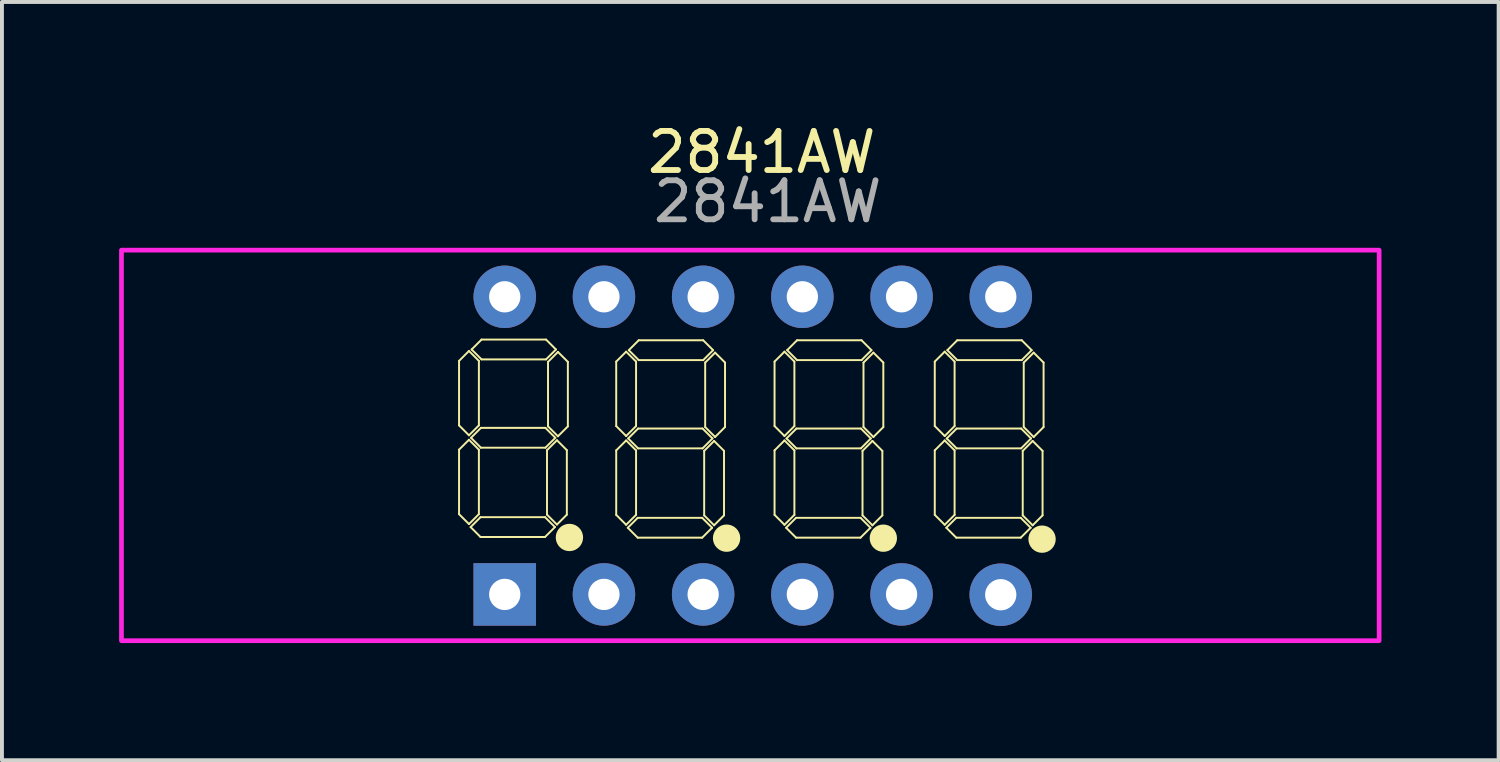
<source format=kicad_pcb>
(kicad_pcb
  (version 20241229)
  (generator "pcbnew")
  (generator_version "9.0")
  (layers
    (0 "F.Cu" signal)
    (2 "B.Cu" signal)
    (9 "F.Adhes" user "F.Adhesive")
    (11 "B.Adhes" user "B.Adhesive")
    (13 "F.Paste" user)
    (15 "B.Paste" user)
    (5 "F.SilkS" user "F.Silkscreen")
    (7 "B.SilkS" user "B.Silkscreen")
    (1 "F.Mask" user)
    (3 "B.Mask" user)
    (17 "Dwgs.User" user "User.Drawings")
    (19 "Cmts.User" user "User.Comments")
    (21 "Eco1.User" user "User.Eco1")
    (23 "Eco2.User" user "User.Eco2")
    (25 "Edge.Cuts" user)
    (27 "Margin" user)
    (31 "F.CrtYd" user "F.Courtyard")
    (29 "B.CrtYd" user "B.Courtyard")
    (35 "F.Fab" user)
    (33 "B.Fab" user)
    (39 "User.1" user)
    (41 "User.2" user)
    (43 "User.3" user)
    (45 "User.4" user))
  (footprint "2841AW"
    (layer "F.Cu")
    (at 16.16 8.354)
    (property "Reference" "2841AW" (at 0.291 -7.506 0) (unlocked yes) (layer "F.SilkS") (effects (font (size 1 1) (thickness 0.15))))
    (attr through_hole)
    (fp_line (start -7.457 -2.164) (end -7.457 -0.513) (stroke (width 0.05) (type default)) (layer "F.SilkS"))
    (fp_line (start -7.457 -0.513) (end -7.203 -0.259) (stroke (width 0.05) (type default)) (layer "F.SilkS"))
    (fp_line (start -7.457 0.109) (end -7.457 1.76) (stroke (width 0.05) (type default)) (layer "F.SilkS"))
    (fp_line (start -7.457 1.76) (end -7.203 2.014) (stroke (width 0.05) (type default)) (layer "F.SilkS"))
    (fp_line (start -7.203 -2.418) (end -7.457 -2.164) (stroke (width 0.05) (type default)) (layer "F.SilkS"))
    (fp_line (start -7.203 -0.259) (end -6.949 -0.513) (stroke (width 0.05) (type default)) (layer "F.SilkS"))
    (fp_line (start -7.203 -0.145) (end -7.457 0.109) (stroke (width 0.05) (type default)) (layer "F.SilkS"))
    (fp_line (start -7.203 2.014) (end -6.949 1.76) (stroke (width 0.05) (type default)) (layer "F.SilkS"))
    (fp_line (start -7.161 2.091) (end -6.907 2.345) (stroke (width 0.05) (type default)) (layer "F.SilkS"))
    (fp_line (start -7.151 -0.195) (end -6.897 0.059) (stroke (width 0.05) (type default)) (layer "F.SilkS"))
    (fp_line (start -7.135 -2.456) (end -6.881 -2.202) (stroke (width 0.05) (type default)) (layer "F.SilkS"))
    (fp_line (start -6.949 -2.164) (end -7.203 -2.418) (stroke (width 0.05) (type default)) (layer "F.SilkS"))
    (fp_line (start -6.949 -0.513) (end -6.949 -2.164) (stroke (width 0.05) (type default)) (layer "F.SilkS"))
    (fp_line (start -6.949 0.109) (end -7.203 -0.145) (stroke (width 0.05) (type default)) (layer "F.SilkS"))
    (fp_line (start -6.949 1.76) (end -6.949 0.109) (stroke (width 0.05) (type default)) (layer "F.SilkS"))
    (fp_line (start -6.907 1.837) (end -7.161 2.091) (stroke (width 0.05) (type default)) (layer "F.SilkS"))
    (fp_line (start -6.907 2.345) (end -5.256 2.345) (stroke (width 0.05) (type default)) (layer "F.SilkS"))
    (fp_line (start -6.897 -0.449) (end -7.151 -0.195) (stroke (width 0.05) (type default)) (layer "F.SilkS"))
    (fp_line (start -6.897 0.059) (end -5.246 0.059) (stroke (width 0.05) (type default)) (layer "F.SilkS"))
    (fp_line (start -6.881 -2.71) (end -7.135 -2.456) (stroke (width 0.05) (type default)) (layer "F.SilkS"))
    (fp_line (start -6.881 -2.202) (end -5.23 -2.202) (stroke (width 0.05) (type default)) (layer "F.SilkS"))
    (fp_line (start -5.256 1.837) (end -6.907 1.837) (stroke (width 0.05) (type default)) (layer "F.SilkS"))
    (fp_line (start -5.256 2.345) (end -5.002 2.091) (stroke (width 0.05) (type default)) (layer "F.SilkS"))
    (fp_line (start -5.246 -0.449) (end -6.897 -0.449) (stroke (width 0.05) (type default)) (layer "F.SilkS"))
    (fp_line (start -5.246 0.059) (end -4.992 -0.195) (stroke (width 0.05) (type default)) (layer "F.SilkS"))
    (fp_line (start -5.23 -2.71) (end -6.881 -2.71) (stroke (width 0.05) (type default)) (layer "F.SilkS"))
    (fp_line (start -5.23 -2.202) (end -4.976 -2.456) (stroke (width 0.05) (type default)) (layer "F.SilkS"))
    (fp_line (start -5.205 0.122) (end -5.205 1.773) (stroke (width 0.05) (type default)) (layer "F.SilkS"))
    (fp_line (start -5.205 1.773) (end -4.951 2.027) (stroke (width 0.05) (type default)) (layer "F.SilkS"))
    (fp_line (start -5.179 -2.139) (end -5.179 -0.487) (stroke (width 0.05) (type default)) (layer "F.SilkS"))
    (fp_line (start -5.179 -0.487) (end -4.925 -0.234) (stroke (width 0.05) (type default)) (layer "F.SilkS"))
    (fp_line (start -5.002 2.091) (end -5.256 1.837) (stroke (width 0.05) (type default)) (layer "F.SilkS"))
    (fp_line (start -4.992 -0.195) (end -5.246 -0.449) (stroke (width 0.05) (type default)) (layer "F.SilkS"))
    (fp_line (start -4.976 -2.456) (end -5.23 -2.71) (stroke (width 0.05) (type default)) (layer "F.SilkS"))
    (fp_line (start -4.951 -0.132) (end -5.205 0.122) (stroke (width 0.05) (type default)) (layer "F.SilkS"))
    (fp_line (start -4.951 2.027) (end -4.697 1.773) (stroke (width 0.05) (type default)) (layer "F.SilkS"))
    (fp_line (start -4.925 -2.393) (end -5.179 -2.139) (stroke (width 0.05) (type default)) (layer "F.SilkS"))
    (fp_line (start -4.925 -0.234) (end -4.671 -0.487) (stroke (width 0.05) (type default)) (layer "F.SilkS"))
    (fp_line (start -4.697 0.122) (end -4.951 -0.132) (stroke (width 0.05) (type default)) (layer "F.SilkS"))
    (fp_line (start -4.697 1.773) (end -4.697 0.122) (stroke (width 0.05) (type default)) (layer "F.SilkS"))
    (fp_line (start -4.671 -2.139) (end -4.925 -2.393) (stroke (width 0.05) (type default)) (layer "F.SilkS"))
    (fp_line (start -4.671 -0.487) (end -4.671 -2.139) (stroke (width 0.05) (type default)) (layer "F.SilkS"))
    (fp_line (start -3.433 -2.146) (end -3.433 -0.495) (stroke (width 0.05) (type default)) (layer "F.SilkS"))
    (fp_line (start -3.433 -0.495) (end -3.179 -0.241) (stroke (width 0.05) (type default)) (layer "F.SilkS"))
    (fp_line (start -3.433 0.127) (end -3.433 1.778) (stroke (width 0.05) (type default)) (layer "F.SilkS"))
    (fp_line (start -3.433 1.778) (end -3.179 2.032) (stroke (width 0.05) (type default)) (layer "F.SilkS"))
    (fp_line (start -3.179 -2.4) (end -3.433 -2.146) (stroke (width 0.05) (type default)) (layer "F.SilkS"))
    (fp_line (start -3.179 -0.241) (end -2.925 -0.495) (stroke (width 0.05) (type default)) (layer "F.SilkS"))
    (fp_line (start -3.179 -0.127) (end -3.433 0.127) (stroke (width 0.05) (type default)) (layer "F.SilkS"))
    (fp_line (start -3.179 2.032) (end -2.925 1.778) (stroke (width 0.05) (type default)) (layer "F.SilkS"))
    (fp_line (start -3.137 2.108) (end -2.883 2.362) (stroke (width 0.05) (type default)) (layer "F.SilkS"))
    (fp_line (start -3.127 -0.178) (end -2.873 0.076) (stroke (width 0.05) (type default)) (layer "F.SilkS"))
    (fp_line (start -3.111 -2.438) (end -2.857 -2.184) (stroke (width 0.05) (type default)) (layer "F.SilkS"))
    (fp_line (start -2.925 -2.146) (end -3.179 -2.4) (stroke (width 0.05) (type default)) (layer "F.SilkS"))
    (fp_line (start -2.925 -0.495) (end -2.925 -2.146) (stroke (width 0.05) (type default)) (layer "F.SilkS"))
    (fp_line (start -2.925 0.127) (end -3.179 -0.127) (stroke (width 0.05) (type default)) (layer "F.SilkS"))
    (fp_line (start -2.925 1.778) (end -2.925 0.127) (stroke (width 0.05) (type default)) (layer "F.SilkS"))
    (fp_line (start -2.883 1.854) (end -3.137 2.108) (stroke (width 0.05) (type default)) (layer "F.SilkS"))
    (fp_line (start -2.883 2.362) (end -1.232 2.362) (stroke (width 0.05) (type default)) (layer "F.SilkS"))
    (fp_line (start -2.873 -0.432) (end -3.127 -0.178) (stroke (width 0.05) (type default)) (layer "F.SilkS"))
    (fp_line (start -2.873 0.076) (end -1.222 0.076) (stroke (width 0.05) (type default)) (layer "F.SilkS"))
    (fp_line (start -2.857 -2.692) (end -3.111 -2.438) (stroke (width 0.05) (type default)) (layer "F.SilkS"))
    (fp_line (start -2.857 -2.184) (end -1.206 -2.184) (stroke (width 0.05) (type default)) (layer "F.SilkS"))
    (fp_line (start -1.232 1.854) (end -2.883 1.854) (stroke (width 0.05) (type default)) (layer "F.SilkS"))
    (fp_line (start -1.232 2.362) (end -0.978 2.108) (stroke (width 0.05) (type default)) (layer "F.SilkS"))
    (fp_line (start -1.222 -0.432) (end -2.873 -0.432) (stroke (width 0.05) (type default)) (layer "F.SilkS"))
    (fp_line (start -1.222 0.076) (end -0.968 -0.178) (stroke (width 0.05) (type default)) (layer "F.SilkS"))
    (fp_line (start -1.206 -2.692) (end -2.857 -2.692) (stroke (width 0.05) (type default)) (layer "F.SilkS"))
    (fp_line (start -1.206 -2.184) (end -0.952 -2.438) (stroke (width 0.05) (type default)) (layer "F.SilkS"))
    (fp_line (start -1.181 0.14) (end -1.181 1.791) (stroke (width 0.05) (type default)) (layer "F.SilkS"))
    (fp_line (start -1.181 1.791) (end -0.927 2.045) (stroke (width 0.05) (type default)) (layer "F.SilkS"))
    (fp_line (start -1.155 -2.121) (end -1.155 -0.47) (stroke (width 0.05) (type default)) (layer "F.SilkS"))
    (fp_line (start -1.155 -0.47) (end -0.901 -0.216) (stroke (width 0.05) (type default)) (layer "F.SilkS"))
    (fp_line (start -0.978 2.108) (end -1.232 1.854) (stroke (width 0.05) (type default)) (layer "F.SilkS"))
    (fp_line (start -0.968 -0.178) (end -1.222 -0.432) (stroke (width 0.05) (type default)) (layer "F.SilkS"))
    (fp_line (start -0.952 -2.438) (end -1.206 -2.692) (stroke (width 0.05) (type default)) (layer "F.SilkS"))
    (fp_line (start -0.927 -0.114) (end -1.181 0.14) (stroke (width 0.05) (type default)) (layer "F.SilkS"))
    (fp_line (start -0.927 2.045) (end -0.673 1.791) (stroke (width 0.05) (type default)) (layer "F.SilkS"))
    (fp_line (start -0.901 -2.375) (end -1.155 -2.121) (stroke (width 0.05) (type default)) (layer "F.SilkS"))
    (fp_line (start -0.901 -0.216) (end -0.647 -0.47) (stroke (width 0.05) (type default)) (layer "F.SilkS"))
    (fp_line (start -0.673 0.14) (end -0.927 -0.114) (stroke (width 0.05) (type default)) (layer "F.SilkS"))
    (fp_line (start -0.673 1.791) (end -0.673 0.14) (stroke (width 0.05) (type default)) (layer "F.SilkS"))
    (fp_line (start -0.647 -2.121) (end -0.901 -2.375) (stroke (width 0.05) (type default)) (layer "F.SilkS"))
    (fp_line (start -0.647 -0.47) (end -0.647 -2.121) (stroke (width 0.05) (type default)) (layer "F.SilkS"))
    (fp_line (start 0.621 -2.146) (end 0.621 -0.495) (stroke (width 0.05) (type default)) (layer "F.SilkS"))
    (fp_line (start 0.621 -0.495) (end 0.875 -0.241) (stroke (width 0.05) (type default)) (layer "F.SilkS"))
    (fp_line (start 0.621 0.127) (end 0.621 1.778) (stroke (width 0.05) (type default)) (layer "F.SilkS"))
    (fp_line (start 0.621 1.778) (end 0.875 2.032) (stroke (width 0.05) (type default)) (layer "F.SilkS"))
    (fp_line (start 0.875 -2.4) (end 0.621 -2.146) (stroke (width 0.05) (type default)) (layer "F.SilkS"))
    (fp_line (start 0.875 -0.241) (end 1.129 -0.495) (stroke (width 0.05) (type default)) (layer "F.SilkS"))
    (fp_line (start 0.875 -0.127) (end 0.621 0.127) (stroke (width 0.05) (type default)) (layer "F.SilkS"))
    (fp_line (start 0.875 2.032) (end 1.129 1.778) (stroke (width 0.05) (type default)) (layer "F.SilkS"))
    (fp_line (start 0.917 2.108) (end 1.171 2.362) (stroke (width 0.05) (type default)) (layer "F.SilkS"))
    (fp_line (start 0.927 -0.178) (end 1.181 0.076) (stroke (width 0.05) (type default)) (layer "F.SilkS"))
    (fp_line (start 0.943 -2.438) (end 1.197 -2.184) (stroke (width 0.05) (type default)) (layer "F.SilkS"))
    (fp_line (start 1.129 -2.146) (end 0.875 -2.4) (stroke (width 0.05) (type default)) (layer "F.SilkS"))
    (fp_line (start 1.129 -0.495) (end 1.129 -2.146) (stroke (width 0.05) (type default)) (layer "F.SilkS"))
    (fp_line (start 1.129 0.127) (end 0.875 -0.127) (stroke (width 0.05) (type default)) (layer "F.SilkS"))
    (fp_line (start 1.129 1.778) (end 1.129 0.127) (stroke (width 0.05) (type default)) (layer "F.SilkS"))
    (fp_line (start 1.171 1.854) (end 0.917 2.108) (stroke (width 0.05) (type default)) (layer "F.SilkS"))
    (fp_line (start 1.171 2.362) (end 2.822 2.362) (stroke (width 0.05) (type default)) (layer "F.SilkS"))
    (fp_line (start 1.181 -0.432) (end 0.927 -0.178) (stroke (width 0.05) (type default)) (layer "F.SilkS"))
    (fp_line (start 1.181 0.076) (end 2.832 0.076) (stroke (width 0.05) (type default)) (layer "F.SilkS"))
    (fp_line (start 1.197 -2.692) (end 0.943 -2.438) (stroke (width 0.05) (type default)) (layer "F.SilkS"))
    (fp_line (start 1.197 -2.184) (end 2.848 -2.184) (stroke (width 0.05) (type default)) (layer "F.SilkS"))
    (fp_line (start 2.822 1.854) (end 1.171 1.854) (stroke (width 0.05) (type default)) (layer "F.SilkS"))
    (fp_line (start 2.822 2.362) (end 3.076 2.108) (stroke (width 0.05) (type default)) (layer "F.SilkS"))
    (fp_line (start 2.832 -0.432) (end 1.181 -0.432) (stroke (width 0.05) (type default)) (layer "F.SilkS"))
    (fp_line (start 2.832 0.076) (end 3.086 -0.178) (stroke (width 0.05) (type default)) (layer "F.SilkS"))
    (fp_line (start 2.848 -2.692) (end 1.197 -2.692) (stroke (width 0.05) (type default)) (layer "F.SilkS"))
    (fp_line (start 2.848 -2.184) (end 3.102 -2.438) (stroke (width 0.05) (type default)) (layer "F.SilkS"))
    (fp_line (start 2.873 0.14) (end 2.873 1.791) (stroke (width 0.05) (type default)) (layer "F.SilkS"))
    (fp_line (start 2.873 1.791) (end 3.127 2.045) (stroke (width 0.05) (type default)) (layer "F.SilkS"))
    (fp_line (start 2.898 -2.121) (end 2.898 -0.47) (stroke (width 0.05) (type default)) (layer "F.SilkS"))
    (fp_line (start 2.898 -0.47) (end 3.152 -0.216) (stroke (width 0.05) (type default)) (layer "F.SilkS"))
    (fp_line (start 3.076 2.108) (end 2.822 1.854) (stroke (width 0.05) (type default)) (layer "F.SilkS"))
    (fp_line (start 3.086 -0.178) (end 2.832 -0.432) (stroke (width 0.05) (type default)) (layer "F.SilkS"))
    (fp_line (start 3.102 -2.438) (end 2.848 -2.692) (stroke (width 0.05) (type default)) (layer "F.SilkS"))
    (fp_line (start 3.127 -0.114) (end 2.873 0.14) (stroke (width 0.05) (type default)) (layer "F.SilkS"))
    (fp_line (start 3.127 2.045) (end 3.381 1.791) (stroke (width 0.05) (type default)) (layer "F.SilkS"))
    (fp_line (start 3.152 -2.375) (end 2.898 -2.121) (stroke (width 0.05) (type default)) (layer "F.SilkS"))
    (fp_line (start 3.152 -0.216) (end 3.406 -0.47) (stroke (width 0.05) (type default)) (layer "F.SilkS"))
    (fp_line (start 3.381 0.14) (end 3.127 -0.114) (stroke (width 0.05) (type default)) (layer "F.SilkS"))
    (fp_line (start 3.381 1.791) (end 3.381 0.14) (stroke (width 0.05) (type default)) (layer "F.SilkS"))
    (fp_line (start 3.406 -2.121) (end 3.152 -2.375) (stroke (width 0.05) (type default)) (layer "F.SilkS"))
    (fp_line (start 3.406 -0.47) (end 3.406 -2.121) (stroke (width 0.05) (type default)) (layer "F.SilkS"))
    (fp_line (start 4.723 -2.146) (end 4.723 -0.495) (stroke (width 0.05) (type default)) (layer "F.SilkS"))
    (fp_line (start 4.723 -0.495) (end 4.977 -0.241) (stroke (width 0.05) (type default)) (layer "F.SilkS"))
    (fp_line (start 4.723 0.127) (end 4.723 1.778) (stroke (width 0.05) (type default)) (layer "F.SilkS"))
    (fp_line (start 4.723 1.778) (end 4.977 2.032) (stroke (width 0.05) (type default)) (layer "F.SilkS"))
    (fp_line (start 4.977 -2.4) (end 4.723 -2.146) (stroke (width 0.05) (type default)) (layer "F.SilkS"))
    (fp_line (start 4.977 -0.241) (end 5.231 -0.495) (stroke (width 0.05) (type default)) (layer "F.SilkS"))
    (fp_line (start 4.977 -0.127) (end 4.723 0.127) (stroke (width 0.05) (type default)) (layer "F.SilkS"))
    (fp_line (start 4.977 2.032) (end 5.231 1.778) (stroke (width 0.05) (type default)) (layer "F.SilkS"))
    (fp_line (start 5.019 2.108) (end 5.273 2.362) (stroke (width 0.05) (type default)) (layer "F.SilkS"))
    (fp_line (start 5.029 -0.178) (end 5.283 0.076) (stroke (width 0.05) (type default)) (layer "F.SilkS"))
    (fp_line (start 5.045 -2.438) (end 5.299 -2.184) (stroke (width 0.05) (type default)) (layer "F.SilkS"))
    (fp_line (start 5.231 -2.146) (end 4.977 -2.4) (stroke (width 0.05) (type default)) (layer "F.SilkS"))
    (fp_line (start 5.231 -0.495) (end 5.231 -2.146) (stroke (width 0.05) (type default)) (layer "F.SilkS"))
    (fp_line (start 5.231 0.127) (end 4.977 -0.127) (stroke (width 0.05) (type default)) (layer "F.SilkS"))
    (fp_line (start 5.231 1.778) (end 5.231 0.127) (stroke (width 0.05) (type default)) (layer "F.SilkS"))
    (fp_line (start 5.273 1.854) (end 5.019 2.108) (stroke (width 0.05) (type default)) (layer "F.SilkS"))
    (fp_line (start 5.273 2.362) (end 6.924 2.362) (stroke (width 0.05) (type default)) (layer "F.SilkS"))
    (fp_line (start 5.283 -0.432) (end 5.029 -0.178) (stroke (width 0.05) (type default)) (layer "F.SilkS"))
    (fp_line (start 5.283 0.076) (end 6.934 0.076) (stroke (width 0.05) (type default)) (layer "F.SilkS"))
    (fp_line (start 5.299 -2.692) (end 5.045 -2.438) (stroke (width 0.05) (type default)) (layer "F.SilkS"))
    (fp_line (start 5.299 -2.184) (end 6.95 -2.184) (stroke (width 0.05) (type default)) (layer "F.SilkS"))
    (fp_line (start 6.924 1.854) (end 5.273 1.854) (stroke (width 0.05) (type default)) (layer "F.SilkS"))
    (fp_line (start 6.924 2.362) (end 7.178 2.108) (stroke (width 0.05) (type default)) (layer "F.SilkS"))
    (fp_line (start 6.934 -0.432) (end 5.283 -0.432) (stroke (width 0.05) (type default)) (layer "F.SilkS"))
    (fp_line (start 6.934 0.076) (end 7.188 -0.178) (stroke (width 0.05) (type default)) (layer "F.SilkS"))
    (fp_line (start 6.95 -2.692) (end 5.299 -2.692) (stroke (width 0.05) (type default)) (layer "F.SilkS"))
    (fp_line (start 6.95 -2.184) (end 7.204 -2.438) (stroke (width 0.05) (type default)) (layer "F.SilkS"))
    (fp_line (start 6.975 0.14) (end 6.975 1.791) (stroke (width 0.05) (type default)) (layer "F.SilkS"))
    (fp_line (start 6.975 1.791) (end 7.229 2.045) (stroke (width 0.05) (type default)) (layer "F.SilkS"))
    (fp_line (start 7.001 -2.121) (end 7.001 -0.47) (stroke (width 0.05) (type default)) (layer "F.SilkS"))
    (fp_line (start 7.001 -0.47) (end 7.255 -0.216) (stroke (width 0.05) (type default)) (layer "F.SilkS"))
    (fp_line (start 7.178 2.108) (end 6.924 1.854) (stroke (width 0.05) (type default)) (layer "F.SilkS"))
    (fp_line (start 7.188 -0.178) (end 6.934 -0.432) (stroke (width 0.05) (type default)) (layer "F.SilkS"))
    (fp_line (start 7.204 -2.438) (end 6.95 -2.692) (stroke (width 0.05) (type default)) (layer "F.SilkS"))
    (fp_line (start 7.229 -0.114) (end 6.975 0.14) (stroke (width 0.05) (type default)) (layer "F.SilkS"))
    (fp_line (start 7.229 2.045) (end 7.483 1.791) (stroke (width 0.05) (type default)) (layer "F.SilkS"))
    (fp_line (start 7.255 -2.375) (end 7.001 -2.121) (stroke (width 0.05) (type default)) (layer "F.SilkS"))
    (fp_line (start 7.255 -0.216) (end 7.509 -0.47) (stroke (width 0.05) (type default)) (layer "F.SilkS"))
    (fp_line (start 7.483 0.14) (end 7.229 -0.114) (stroke (width 0.05) (type default)) (layer "F.SilkS"))
    (fp_line (start 7.483 1.791) (end 7.483 0.14) (stroke (width 0.05) (type default)) (layer "F.SilkS"))
    (fp_line (start 7.509 -2.121) (end 7.255 -2.375) (stroke (width 0.05) (type default)) (layer "F.SilkS"))
    (fp_line (start 7.509 -0.47) (end 7.509 -2.121) (stroke (width 0.05) (type default)) (layer "F.SilkS"))
    (fp_circle (center -4.631 2.357) (end -4.341 2.357) (stroke (width 0.12) (type solid)) (fill yes) (layer "F.SilkS"))
    (fp_circle (center -0.607 2.375) (end -0.317 2.375) (stroke (width 0.12) (type solid)) (fill yes) (layer "F.SilkS"))
    (fp_circle (center 3.406 2.375) (end 3.696 2.375) (stroke (width 0.12) (type solid)) (fill yes) (layer "F.SilkS"))
    (fp_circle (center 7.47 2.4) (end 7.76 2.4) (stroke (width 0.12) (type solid)) (fill yes) (layer "F.SilkS"))
    (fp_rect (start -16.1 -5) (end 16.1 5) (stroke (width 0.12) (type default)) (fill no) (layer "F.CrtYd"))
    (fp_text user "${REFERENCE}" (at 0.444 -6.244 0) (layer "F.Fab") (effects (font (size 1 1) (thickness 0.15))))
    (pad "1" thru_hole rect (at -6.287 3.815 90) (size 1.6 1.6) (drill 0.8) (layers "*.Cu" "*.Mask"))
    (pad "2" thru_hole oval (at -3.747 3.815 90) (size 1.6 1.6) (drill 0.8) (layers "*.Cu" "*.Mask"))
    (pad "3" thru_hole oval (at -1.207 3.815 90) (size 1.6 1.6) (drill 0.8) (layers "*.Cu" "*.Mask"))
    (pad "4" thru_hole oval (at 1.333 3.815 90) (size 1.6 1.6) (drill 0.8) (layers "*.Cu" "*.Mask"))
    (pad "5" thru_hole oval (at 3.873 3.815 90) (size 1.6 1.6) (drill 0.8) (layers "*.Cu" "*.Mask"))
    (pad "6" thru_hole oval (at 6.412 3.823 90) (size 1.6 1.6) (drill 0.8) (layers "*.Cu" "*.Mask"))
    (pad "7" thru_hole oval (at 6.413 -3.805 90) (size 1.6 1.6) (drill 0.8) (layers "*.Cu" "*.Mask"))
    (pad "8" thru_hole oval (at 3.873 -3.805 90) (size 1.6 1.6) (drill 0.8) (layers "*.Cu" "*.Mask"))
    (pad "9" thru_hole oval (at 1.333 -3.805 90) (size 1.6 1.6) (drill 0.8) (layers "*.Cu" "*.Mask"))
    (pad "10" thru_hole oval (at -1.207 -3.805 90) (size 1.6 1.6) (drill 0.8) (layers "*.Cu" "*.Mask"))
    (pad "11" thru_hole oval (at -3.747 -3.805 90) (size 1.6 1.6) (drill 0.8) (layers "*.Cu" "*.Mask"))
    (pad "12" thru_hole oval (at -6.287 -3.805 90) (size 1.6 1.6) (drill 0.8) (layers "*.Cu" "*.Mask")))
  (gr_rect
    (start -3 -3)
    (end 35.32 16.414)
    (stroke (width 0.1) (type default))
    (fill no)
    (layer "Edge.Cuts")))
</source>
